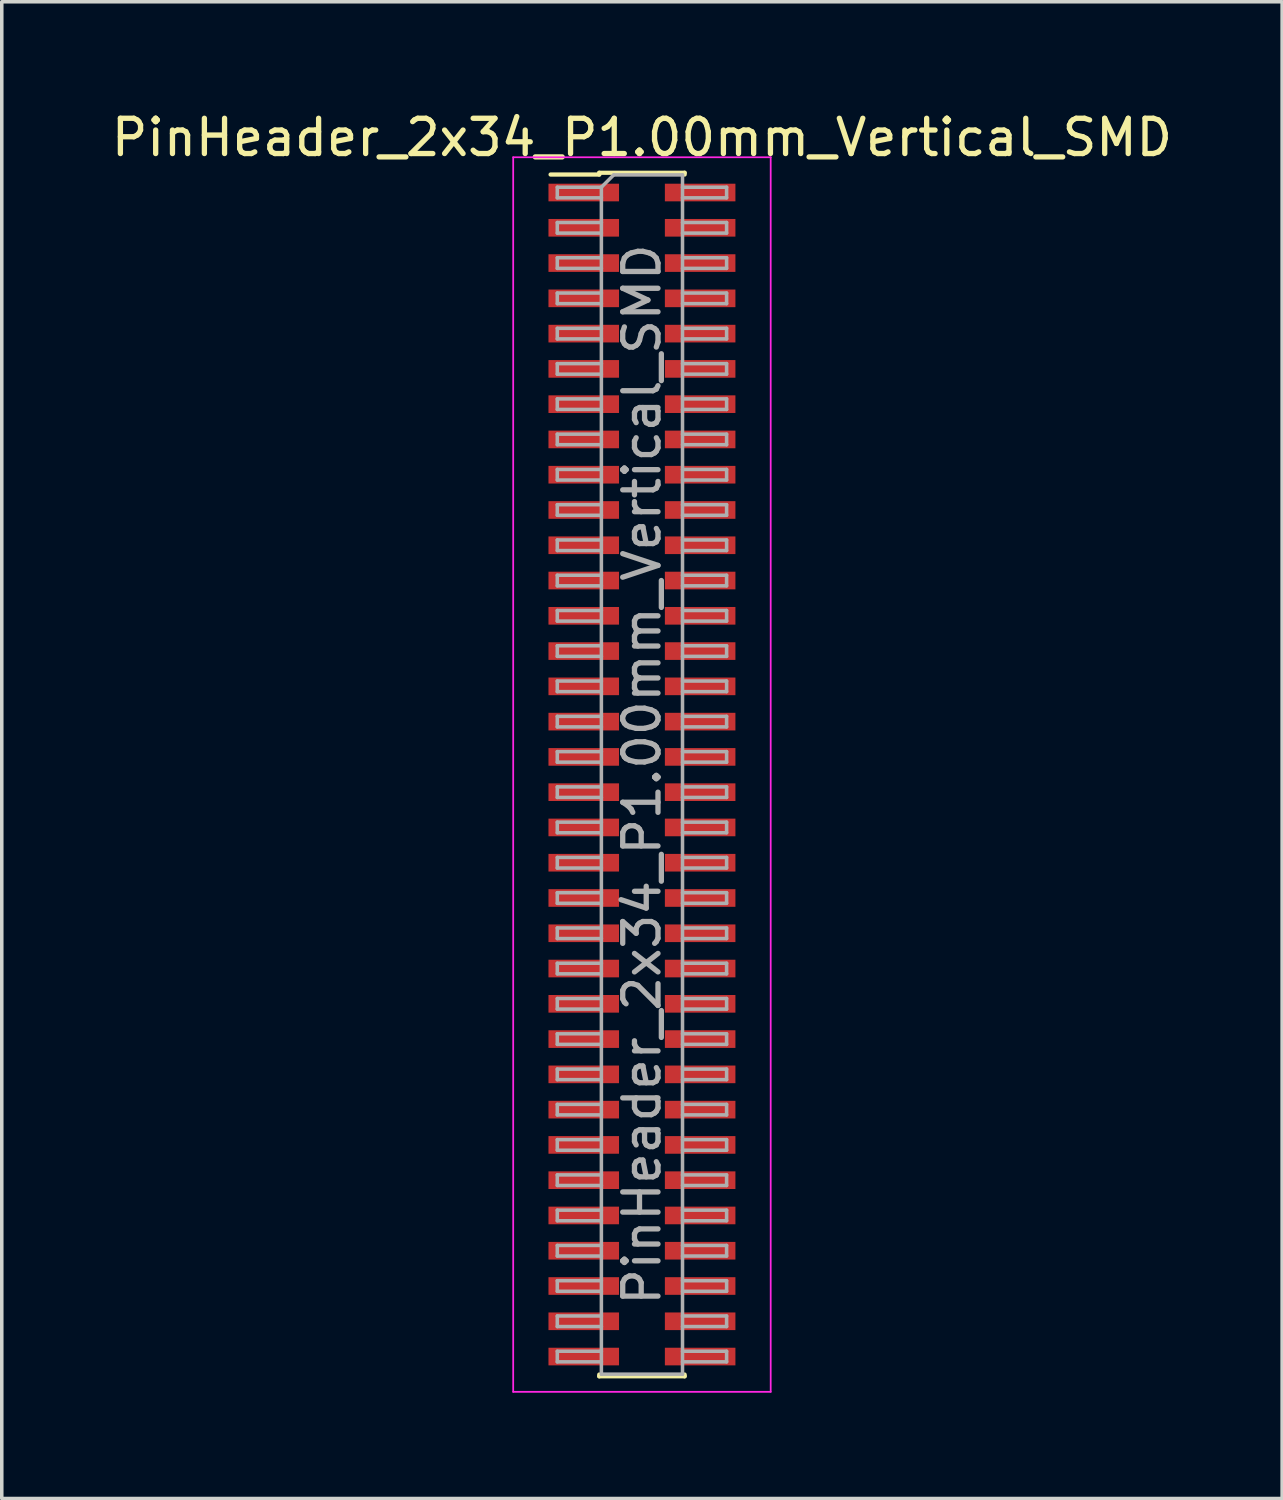
<source format=kicad_pcb>
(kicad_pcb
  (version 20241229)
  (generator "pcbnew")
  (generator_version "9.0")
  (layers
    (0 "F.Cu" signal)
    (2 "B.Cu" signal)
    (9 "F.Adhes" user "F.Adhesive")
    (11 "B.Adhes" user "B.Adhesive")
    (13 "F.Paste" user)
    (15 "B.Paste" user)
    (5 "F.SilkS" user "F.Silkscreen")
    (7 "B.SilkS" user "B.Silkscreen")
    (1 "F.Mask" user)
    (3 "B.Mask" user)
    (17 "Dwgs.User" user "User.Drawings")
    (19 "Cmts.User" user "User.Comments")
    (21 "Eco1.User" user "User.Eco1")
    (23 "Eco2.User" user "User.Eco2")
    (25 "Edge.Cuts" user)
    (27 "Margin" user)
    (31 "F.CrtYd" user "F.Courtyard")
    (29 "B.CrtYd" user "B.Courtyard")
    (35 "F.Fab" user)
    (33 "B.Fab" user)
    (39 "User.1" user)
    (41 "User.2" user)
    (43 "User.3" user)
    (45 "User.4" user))
  (footprint "PinHeader_2x34_P1.00mm_Vertical_SMD"
    (layer "F.Cu")
    (at 15.149 18.908)
    (property "Reference" "PinHeader_2x34_P1.00mm_Vertical_SMD" (at 0 -18.06 0) (layer "F.SilkS") (effects (font (size 1 1) (thickness 0.15))))
    (attr smd)
    (fp_line (start -2.59 -17.01) (end -1.21 -17.01) (stroke (width 0.12) (type solid)) (layer "F.SilkS"))
    (fp_line (start -1.21 -17.06) (end -1.21 -17.01) (stroke (width 0.12) (type solid)) (layer "F.SilkS"))
    (fp_line (start -1.21 -17.06) (end 1.21 -17.06) (stroke (width 0.12) (type solid)) (layer "F.SilkS"))
    (fp_line (start -1.21 17.01) (end -1.21 17.06) (stroke (width 0.12) (type solid)) (layer "F.SilkS"))
    (fp_line (start -1.21 17.06) (end 1.21 17.06) (stroke (width 0.12) (type solid)) (layer "F.SilkS"))
    (fp_line (start 1.21 -17.06) (end 1.21 -17.01) (stroke (width 0.12) (type solid)) (layer "F.SilkS"))
    (fp_line (start 1.21 17.01) (end 1.21 17.06) (stroke (width 0.12) (type solid)) (layer "F.SilkS"))
    (fp_line (start -3.65 -17.5) (end -3.65 17.5) (stroke (width 0.05) (type solid)) (layer "F.CrtYd"))
    (fp_line (start -3.65 17.5) (end 3.65 17.5) (stroke (width 0.05) (type solid)) (layer "F.CrtYd"))
    (fp_line (start 3.65 -17.5) (end -3.65 -17.5) (stroke (width 0.05) (type solid)) (layer "F.CrtYd"))
    (fp_line (start 3.65 17.5) (end 3.65 -17.5) (stroke (width 0.05) (type solid)) (layer "F.CrtYd"))
    (fp_line (start -2.4 -16.65) (end -2.4 -16.35) (stroke (width 0.1) (type solid)) (layer "F.Fab"))
    (fp_line (start -2.4 -16.35) (end -1.15 -16.35) (stroke (width 0.1) (type solid)) (layer "F.Fab"))
    (fp_line (start -2.4 -15.65) (end -2.4 -15.35) (stroke (width 0.1) (type solid)) (layer "F.Fab"))
    (fp_line (start -2.4 -15.35) (end -1.15 -15.35) (stroke (width 0.1) (type solid)) (layer "F.Fab"))
    (fp_line (start -2.4 -14.65) (end -2.4 -14.35) (stroke (width 0.1) (type solid)) (layer "F.Fab"))
    (fp_line (start -2.4 -14.35) (end -1.15 -14.35) (stroke (width 0.1) (type solid)) (layer "F.Fab"))
    (fp_line (start -2.4 -13.65) (end -2.4 -13.35) (stroke (width 0.1) (type solid)) (layer "F.Fab"))
    (fp_line (start -2.4 -13.35) (end -1.15 -13.35) (stroke (width 0.1) (type solid)) (layer "F.Fab"))
    (fp_line (start -2.4 -12.65) (end -2.4 -12.35) (stroke (width 0.1) (type solid)) (layer "F.Fab"))
    (fp_line (start -2.4 -12.35) (end -1.15 -12.35) (stroke (width 0.1) (type solid)) (layer "F.Fab"))
    (fp_line (start -2.4 -11.65) (end -2.4 -11.35) (stroke (width 0.1) (type solid)) (layer "F.Fab"))
    (fp_line (start -2.4 -11.35) (end -1.15 -11.35) (stroke (width 0.1) (type solid)) (layer "F.Fab"))
    (fp_line (start -2.4 -10.65) (end -2.4 -10.35) (stroke (width 0.1) (type solid)) (layer "F.Fab"))
    (fp_line (start -2.4 -10.35) (end -1.15 -10.35) (stroke (width 0.1) (type solid)) (layer "F.Fab"))
    (fp_line (start -2.4 -9.65) (end -2.4 -9.35) (stroke (width 0.1) (type solid)) (layer "F.Fab"))
    (fp_line (start -2.4 -9.35) (end -1.15 -9.35) (stroke (width 0.1) (type solid)) (layer "F.Fab"))
    (fp_line (start -2.4 -8.65) (end -2.4 -8.35) (stroke (width 0.1) (type solid)) (layer "F.Fab"))
    (fp_line (start -2.4 -8.35) (end -1.15 -8.35) (stroke (width 0.1) (type solid)) (layer "F.Fab"))
    (fp_line (start -2.4 -7.65) (end -2.4 -7.35) (stroke (width 0.1) (type solid)) (layer "F.Fab"))
    (fp_line (start -2.4 -7.35) (end -1.15 -7.35) (stroke (width 0.1) (type solid)) (layer "F.Fab"))
    (fp_line (start -2.4 -6.65) (end -2.4 -6.35) (stroke (width 0.1) (type solid)) (layer "F.Fab"))
    (fp_line (start -2.4 -6.35) (end -1.15 -6.35) (stroke (width 0.1) (type solid)) (layer "F.Fab"))
    (fp_line (start -2.4 -5.65) (end -2.4 -5.35) (stroke (width 0.1) (type solid)) (layer "F.Fab"))
    (fp_line (start -2.4 -5.35) (end -1.15 -5.35) (stroke (width 0.1) (type solid)) (layer "F.Fab"))
    (fp_line (start -2.4 -4.65) (end -2.4 -4.35) (stroke (width 0.1) (type solid)) (layer "F.Fab"))
    (fp_line (start -2.4 -4.35) (end -1.15 -4.35) (stroke (width 0.1) (type solid)) (layer "F.Fab"))
    (fp_line (start -2.4 -3.65) (end -2.4 -3.35) (stroke (width 0.1) (type solid)) (layer "F.Fab"))
    (fp_line (start -2.4 -3.35) (end -1.15 -3.35) (stroke (width 0.1) (type solid)) (layer "F.Fab"))
    (fp_line (start -2.4 -2.65) (end -2.4 -2.35) (stroke (width 0.1) (type solid)) (layer "F.Fab"))
    (fp_line (start -2.4 -2.35) (end -1.15 -2.35) (stroke (width 0.1) (type solid)) (layer "F.Fab"))
    (fp_line (start -2.4 -1.65) (end -2.4 -1.35) (stroke (width 0.1) (type solid)) (layer "F.Fab"))
    (fp_line (start -2.4 -1.35) (end -1.15 -1.35) (stroke (width 0.1) (type solid)) (layer "F.Fab"))
    (fp_line (start -2.4 -0.65) (end -2.4 -0.35) (stroke (width 0.1) (type solid)) (layer "F.Fab"))
    (fp_line (start -2.4 -0.35) (end -1.15 -0.35) (stroke (width 0.1) (type solid)) (layer "F.Fab"))
    (fp_line (start -2.4 0.35) (end -2.4 0.65) (stroke (width 0.1) (type solid)) (layer "F.Fab"))
    (fp_line (start -2.4 0.65) (end -1.15 0.65) (stroke (width 0.1) (type solid)) (layer "F.Fab"))
    (fp_line (start -2.4 1.35) (end -2.4 1.65) (stroke (width 0.1) (type solid)) (layer "F.Fab"))
    (fp_line (start -2.4 1.65) (end -1.15 1.65) (stroke (width 0.1) (type solid)) (layer "F.Fab"))
    (fp_line (start -2.4 2.35) (end -2.4 2.65) (stroke (width 0.1) (type solid)) (layer "F.Fab"))
    (fp_line (start -2.4 2.65) (end -1.15 2.65) (stroke (width 0.1) (type solid)) (layer "F.Fab"))
    (fp_line (start -2.4 3.35) (end -2.4 3.65) (stroke (width 0.1) (type solid)) (layer "F.Fab"))
    (fp_line (start -2.4 3.65) (end -1.15 3.65) (stroke (width 0.1) (type solid)) (layer "F.Fab"))
    (fp_line (start -2.4 4.35) (end -2.4 4.65) (stroke (width 0.1) (type solid)) (layer "F.Fab"))
    (fp_line (start -2.4 4.65) (end -1.15 4.65) (stroke (width 0.1) (type solid)) (layer "F.Fab"))
    (fp_line (start -2.4 5.35) (end -2.4 5.65) (stroke (width 0.1) (type solid)) (layer "F.Fab"))
    (fp_line (start -2.4 5.65) (end -1.15 5.65) (stroke (width 0.1) (type solid)) (layer "F.Fab"))
    (fp_line (start -2.4 6.35) (end -2.4 6.65) (stroke (width 0.1) (type solid)) (layer "F.Fab"))
    (fp_line (start -2.4 6.65) (end -1.15 6.65) (stroke (width 0.1) (type solid)) (layer "F.Fab"))
    (fp_line (start -2.4 7.35) (end -2.4 7.65) (stroke (width 0.1) (type solid)) (layer "F.Fab"))
    (fp_line (start -2.4 7.65) (end -1.15 7.65) (stroke (width 0.1) (type solid)) (layer "F.Fab"))
    (fp_line (start -2.4 8.35) (end -2.4 8.65) (stroke (width 0.1) (type solid)) (layer "F.Fab"))
    (fp_line (start -2.4 8.65) (end -1.15 8.65) (stroke (width 0.1) (type solid)) (layer "F.Fab"))
    (fp_line (start -2.4 9.35) (end -2.4 9.65) (stroke (width 0.1) (type solid)) (layer "F.Fab"))
    (fp_line (start -2.4 9.65) (end -1.15 9.65) (stroke (width 0.1) (type solid)) (layer "F.Fab"))
    (fp_line (start -2.4 10.35) (end -2.4 10.65) (stroke (width 0.1) (type solid)) (layer "F.Fab"))
    (fp_line (start -2.4 10.65) (end -1.15 10.65) (stroke (width 0.1) (type solid)) (layer "F.Fab"))
    (fp_line (start -2.4 11.35) (end -2.4 11.65) (stroke (width 0.1) (type solid)) (layer "F.Fab"))
    (fp_line (start -2.4 11.65) (end -1.15 11.65) (stroke (width 0.1) (type solid)) (layer "F.Fab"))
    (fp_line (start -2.4 12.35) (end -2.4 12.65) (stroke (width 0.1) (type solid)) (layer "F.Fab"))
    (fp_line (start -2.4 12.65) (end -1.15 12.65) (stroke (width 0.1) (type solid)) (layer "F.Fab"))
    (fp_line (start -2.4 13.35) (end -2.4 13.65) (stroke (width 0.1) (type solid)) (layer "F.Fab"))
    (fp_line (start -2.4 13.65) (end -1.15 13.65) (stroke (width 0.1) (type solid)) (layer "F.Fab"))
    (fp_line (start -2.4 14.35) (end -2.4 14.65) (stroke (width 0.1) (type solid)) (layer "F.Fab"))
    (fp_line (start -2.4 14.65) (end -1.15 14.65) (stroke (width 0.1) (type solid)) (layer "F.Fab"))
    (fp_line (start -2.4 15.35) (end -2.4 15.65) (stroke (width 0.1) (type solid)) (layer "F.Fab"))
    (fp_line (start -2.4 15.65) (end -1.15 15.65) (stroke (width 0.1) (type solid)) (layer "F.Fab"))
    (fp_line (start -2.4 16.35) (end -2.4 16.65) (stroke (width 0.1) (type solid)) (layer "F.Fab"))
    (fp_line (start -2.4 16.65) (end -1.15 16.65) (stroke (width 0.1) (type solid)) (layer "F.Fab"))
    (fp_line (start -1.15 -16.65) (end -2.4 -16.65) (stroke (width 0.1) (type solid)) (layer "F.Fab"))
    (fp_line (start -1.15 -16.65) (end -0.8 -17) (stroke (width 0.1) (type solid)) (layer "F.Fab"))
    (fp_line (start -1.15 -15.65) (end -2.4 -15.65) (stroke (width 0.1) (type solid)) (layer "F.Fab"))
    (fp_line (start -1.15 -14.65) (end -2.4 -14.65) (stroke (width 0.1) (type solid)) (layer "F.Fab"))
    (fp_line (start -1.15 -13.65) (end -2.4 -13.65) (stroke (width 0.1) (type solid)) (layer "F.Fab"))
    (fp_line (start -1.15 -12.65) (end -2.4 -12.65) (stroke (width 0.1) (type solid)) (layer "F.Fab"))
    (fp_line (start -1.15 -11.65) (end -2.4 -11.65) (stroke (width 0.1) (type solid)) (layer "F.Fab"))
    (fp_line (start -1.15 -10.65) (end -2.4 -10.65) (stroke (width 0.1) (type solid)) (layer "F.Fab"))
    (fp_line (start -1.15 -9.65) (end -2.4 -9.65) (stroke (width 0.1) (type solid)) (layer "F.Fab"))
    (fp_line (start -1.15 -8.65) (end -2.4 -8.65) (stroke (width 0.1) (type solid)) (layer "F.Fab"))
    (fp_line (start -1.15 -7.65) (end -2.4 -7.65) (stroke (width 0.1) (type solid)) (layer "F.Fab"))
    (fp_line (start -1.15 -6.65) (end -2.4 -6.65) (stroke (width 0.1) (type solid)) (layer "F.Fab"))
    (fp_line (start -1.15 -5.65) (end -2.4 -5.65) (stroke (width 0.1) (type solid)) (layer "F.Fab"))
    (fp_line (start -1.15 -4.65) (end -2.4 -4.65) (stroke (width 0.1) (type solid)) (layer "F.Fab"))
    (fp_line (start -1.15 -3.65) (end -2.4 -3.65) (stroke (width 0.1) (type solid)) (layer "F.Fab"))
    (fp_line (start -1.15 -2.65) (end -2.4 -2.65) (stroke (width 0.1) (type solid)) (layer "F.Fab"))
    (fp_line (start -1.15 -1.65) (end -2.4 -1.65) (stroke (width 0.1) (type solid)) (layer "F.Fab"))
    (fp_line (start -1.15 -0.65) (end -2.4 -0.65) (stroke (width 0.1) (type solid)) (layer "F.Fab"))
    (fp_line (start -1.15 0.35) (end -2.4 0.35) (stroke (width 0.1) (type solid)) (layer "F.Fab"))
    (fp_line (start -1.15 1.35) (end -2.4 1.35) (stroke (width 0.1) (type solid)) (layer "F.Fab"))
    (fp_line (start -1.15 2.35) (end -2.4 2.35) (stroke (width 0.1) (type solid)) (layer "F.Fab"))
    (fp_line (start -1.15 3.35) (end -2.4 3.35) (stroke (width 0.1) (type solid)) (layer "F.Fab"))
    (fp_line (start -1.15 4.35) (end -2.4 4.35) (stroke (width 0.1) (type solid)) (layer "F.Fab"))
    (fp_line (start -1.15 5.35) (end -2.4 5.35) (stroke (width 0.1) (type solid)) (layer "F.Fab"))
    (fp_line (start -1.15 6.35) (end -2.4 6.35) (stroke (width 0.1) (type solid)) (layer "F.Fab"))
    (fp_line (start -1.15 7.35) (end -2.4 7.35) (stroke (width 0.1) (type solid)) (layer "F.Fab"))
    (fp_line (start -1.15 8.35) (end -2.4 8.35) (stroke (width 0.1) (type solid)) (layer "F.Fab"))
    (fp_line (start -1.15 9.35) (end -2.4 9.35) (stroke (width 0.1) (type solid)) (layer "F.Fab"))
    (fp_line (start -1.15 10.35) (end -2.4 10.35) (stroke (width 0.1) (type solid)) (layer "F.Fab"))
    (fp_line (start -1.15 11.35) (end -2.4 11.35) (stroke (width 0.1) (type solid)) (layer "F.Fab"))
    (fp_line (start -1.15 12.35) (end -2.4 12.35) (stroke (width 0.1) (type solid)) (layer "F.Fab"))
    (fp_line (start -1.15 13.35) (end -2.4 13.35) (stroke (width 0.1) (type solid)) (layer "F.Fab"))
    (fp_line (start -1.15 14.35) (end -2.4 14.35) (stroke (width 0.1) (type solid)) (layer "F.Fab"))
    (fp_line (start -1.15 15.35) (end -2.4 15.35) (stroke (width 0.1) (type solid)) (layer "F.Fab"))
    (fp_line (start -1.15 16.35) (end -2.4 16.35) (stroke (width 0.1) (type solid)) (layer "F.Fab"))
    (fp_line (start -1.15 17) (end -1.15 -16.65) (stroke (width 0.1) (type solid)) (layer "F.Fab"))
    (fp_line (start -0.8 -17) (end 1.15 -17) (stroke (width 0.1) (type solid)) (layer "F.Fab"))
    (fp_line (start 1.15 -17) (end 1.15 17) (stroke (width 0.1) (type solid)) (layer "F.Fab"))
    (fp_line (start 1.15 -16.65) (end 2.4 -16.65) (stroke (width 0.1) (type solid)) (layer "F.Fab"))
    (fp_line (start 1.15 -15.65) (end 2.4 -15.65) (stroke (width 0.1) (type solid)) (layer "F.Fab"))
    (fp_line (start 1.15 -14.65) (end 2.4 -14.65) (stroke (width 0.1) (type solid)) (layer "F.Fab"))
    (fp_line (start 1.15 -13.65) (end 2.4 -13.65) (stroke (width 0.1) (type solid)) (layer "F.Fab"))
    (fp_line (start 1.15 -12.65) (end 2.4 -12.65) (stroke (width 0.1) (type solid)) (layer "F.Fab"))
    (fp_line (start 1.15 -11.65) (end 2.4 -11.65) (stroke (width 0.1) (type solid)) (layer "F.Fab"))
    (fp_line (start 1.15 -10.65) (end 2.4 -10.65) (stroke (width 0.1) (type solid)) (layer "F.Fab"))
    (fp_line (start 1.15 -9.65) (end 2.4 -9.65) (stroke (width 0.1) (type solid)) (layer "F.Fab"))
    (fp_line (start 1.15 -8.65) (end 2.4 -8.65) (stroke (width 0.1) (type solid)) (layer "F.Fab"))
    (fp_line (start 1.15 -7.65) (end 2.4 -7.65) (stroke (width 0.1) (type solid)) (layer "F.Fab"))
    (fp_line (start 1.15 -6.65) (end 2.4 -6.65) (stroke (width 0.1) (type solid)) (layer "F.Fab"))
    (fp_line (start 1.15 -5.65) (end 2.4 -5.65) (stroke (width 0.1) (type solid)) (layer "F.Fab"))
    (fp_line (start 1.15 -4.65) (end 2.4 -4.65) (stroke (width 0.1) (type solid)) (layer "F.Fab"))
    (fp_line (start 1.15 -3.65) (end 2.4 -3.65) (stroke (width 0.1) (type solid)) (layer "F.Fab"))
    (fp_line (start 1.15 -2.65) (end 2.4 -2.65) (stroke (width 0.1) (type solid)) (layer "F.Fab"))
    (fp_line (start 1.15 -1.65) (end 2.4 -1.65) (stroke (width 0.1) (type solid)) (layer "F.Fab"))
    (fp_line (start 1.15 -0.65) (end 2.4 -0.65) (stroke (width 0.1) (type solid)) (layer "F.Fab"))
    (fp_line (start 1.15 0.35) (end 2.4 0.35) (stroke (width 0.1) (type solid)) (layer "F.Fab"))
    (fp_line (start 1.15 1.35) (end 2.4 1.35) (stroke (width 0.1) (type solid)) (layer "F.Fab"))
    (fp_line (start 1.15 2.35) (end 2.4 2.35) (stroke (width 0.1) (type solid)) (layer "F.Fab"))
    (fp_line (start 1.15 3.35) (end 2.4 3.35) (stroke (width 0.1) (type solid)) (layer "F.Fab"))
    (fp_line (start 1.15 4.35) (end 2.4 4.35) (stroke (width 0.1) (type solid)) (layer "F.Fab"))
    (fp_line (start 1.15 5.35) (end 2.4 5.35) (stroke (width 0.1) (type solid)) (layer "F.Fab"))
    (fp_line (start 1.15 6.35) (end 2.4 6.35) (stroke (width 0.1) (type solid)) (layer "F.Fab"))
    (fp_line (start 1.15 7.35) (end 2.4 7.35) (stroke (width 0.1) (type solid)) (layer "F.Fab"))
    (fp_line (start 1.15 8.35) (end 2.4 8.35) (stroke (width 0.1) (type solid)) (layer "F.Fab"))
    (fp_line (start 1.15 9.35) (end 2.4 9.35) (stroke (width 0.1) (type solid)) (layer "F.Fab"))
    (fp_line (start 1.15 10.35) (end 2.4 10.35) (stroke (width 0.1) (type solid)) (layer "F.Fab"))
    (fp_line (start 1.15 11.35) (end 2.4 11.35) (stroke (width 0.1) (type solid)) (layer "F.Fab"))
    (fp_line (start 1.15 12.35) (end 2.4 12.35) (stroke (width 0.1) (type solid)) (layer "F.Fab"))
    (fp_line (start 1.15 13.35) (end 2.4 13.35) (stroke (width 0.1) (type solid)) (layer "F.Fab"))
    (fp_line (start 1.15 14.35) (end 2.4 14.35) (stroke (width 0.1) (type solid)) (layer "F.Fab"))
    (fp_line (start 1.15 15.35) (end 2.4 15.35) (stroke (width 0.1) (type solid)) (layer "F.Fab"))
    (fp_line (start 1.15 16.35) (end 2.4 16.35) (stroke (width 0.1) (type solid)) (layer "F.Fab"))
    (fp_line (start 1.15 17) (end -1.15 17) (stroke (width 0.1) (type solid)) (layer "F.Fab"))
    (fp_line (start 2.4 -16.65) (end 2.4 -16.35) (stroke (width 0.1) (type solid)) (layer "F.Fab"))
    (fp_line (start 2.4 -16.35) (end 1.15 -16.35) (stroke (width 0.1) (type solid)) (layer "F.Fab"))
    (fp_line (start 2.4 -15.65) (end 2.4 -15.35) (stroke (width 0.1) (type solid)) (layer "F.Fab"))
    (fp_line (start 2.4 -15.35) (end 1.15 -15.35) (stroke (width 0.1) (type solid)) (layer "F.Fab"))
    (fp_line (start 2.4 -14.65) (end 2.4 -14.35) (stroke (width 0.1) (type solid)) (layer "F.Fab"))
    (fp_line (start 2.4 -14.35) (end 1.15 -14.35) (stroke (width 0.1) (type solid)) (layer "F.Fab"))
    (fp_line (start 2.4 -13.65) (end 2.4 -13.35) (stroke (width 0.1) (type solid)) (layer "F.Fab"))
    (fp_line (start 2.4 -13.35) (end 1.15 -13.35) (stroke (width 0.1) (type solid)) (layer "F.Fab"))
    (fp_line (start 2.4 -12.65) (end 2.4 -12.35) (stroke (width 0.1) (type solid)) (layer "F.Fab"))
    (fp_line (start 2.4 -12.35) (end 1.15 -12.35) (stroke (width 0.1) (type solid)) (layer "F.Fab"))
    (fp_line (start 2.4 -11.65) (end 2.4 -11.35) (stroke (width 0.1) (type solid)) (layer "F.Fab"))
    (fp_line (start 2.4 -11.35) (end 1.15 -11.35) (stroke (width 0.1) (type solid)) (layer "F.Fab"))
    (fp_line (start 2.4 -10.65) (end 2.4 -10.35) (stroke (width 0.1) (type solid)) (layer "F.Fab"))
    (fp_line (start 2.4 -10.35) (end 1.15 -10.35) (stroke (width 0.1) (type solid)) (layer "F.Fab"))
    (fp_line (start 2.4 -9.65) (end 2.4 -9.35) (stroke (width 0.1) (type solid)) (layer "F.Fab"))
    (fp_line (start 2.4 -9.35) (end 1.15 -9.35) (stroke (width 0.1) (type solid)) (layer "F.Fab"))
    (fp_line (start 2.4 -8.65) (end 2.4 -8.35) (stroke (width 0.1) (type solid)) (layer "F.Fab"))
    (fp_line (start 2.4 -8.35) (end 1.15 -8.35) (stroke (width 0.1) (type solid)) (layer "F.Fab"))
    (fp_line (start 2.4 -7.65) (end 2.4 -7.35) (stroke (width 0.1) (type solid)) (layer "F.Fab"))
    (fp_line (start 2.4 -7.35) (end 1.15 -7.35) (stroke (width 0.1) (type solid)) (layer "F.Fab"))
    (fp_line (start 2.4 -6.65) (end 2.4 -6.35) (stroke (width 0.1) (type solid)) (layer "F.Fab"))
    (fp_line (start 2.4 -6.35) (end 1.15 -6.35) (stroke (width 0.1) (type solid)) (layer "F.Fab"))
    (fp_line (start 2.4 -5.65) (end 2.4 -5.35) (stroke (width 0.1) (type solid)) (layer "F.Fab"))
    (fp_line (start 2.4 -5.35) (end 1.15 -5.35) (stroke (width 0.1) (type solid)) (layer "F.Fab"))
    (fp_line (start 2.4 -4.65) (end 2.4 -4.35) (stroke (width 0.1) (type solid)) (layer "F.Fab"))
    (fp_line (start 2.4 -4.35) (end 1.15 -4.35) (stroke (width 0.1) (type solid)) (layer "F.Fab"))
    (fp_line (start 2.4 -3.65) (end 2.4 -3.35) (stroke (width 0.1) (type solid)) (layer "F.Fab"))
    (fp_line (start 2.4 -3.35) (end 1.15 -3.35) (stroke (width 0.1) (type solid)) (layer "F.Fab"))
    (fp_line (start 2.4 -2.65) (end 2.4 -2.35) (stroke (width 0.1) (type solid)) (layer "F.Fab"))
    (fp_line (start 2.4 -2.35) (end 1.15 -2.35) (stroke (width 0.1) (type solid)) (layer "F.Fab"))
    (fp_line (start 2.4 -1.65) (end 2.4 -1.35) (stroke (width 0.1) (type solid)) (layer "F.Fab"))
    (fp_line (start 2.4 -1.35) (end 1.15 -1.35) (stroke (width 0.1) (type solid)) (layer "F.Fab"))
    (fp_line (start 2.4 -0.65) (end 2.4 -0.35) (stroke (width 0.1) (type solid)) (layer "F.Fab"))
    (fp_line (start 2.4 -0.35) (end 1.15 -0.35) (stroke (width 0.1) (type solid)) (layer "F.Fab"))
    (fp_line (start 2.4 0.35) (end 2.4 0.65) (stroke (width 0.1) (type solid)) (layer "F.Fab"))
    (fp_line (start 2.4 0.65) (end 1.15 0.65) (stroke (width 0.1) (type solid)) (layer "F.Fab"))
    (fp_line (start 2.4 1.35) (end 2.4 1.65) (stroke (width 0.1) (type solid)) (layer "F.Fab"))
    (fp_line (start 2.4 1.65) (end 1.15 1.65) (stroke (width 0.1) (type solid)) (layer "F.Fab"))
    (fp_line (start 2.4 2.35) (end 2.4 2.65) (stroke (width 0.1) (type solid)) (layer "F.Fab"))
    (fp_line (start 2.4 2.65) (end 1.15 2.65) (stroke (width 0.1) (type solid)) (layer "F.Fab"))
    (fp_line (start 2.4 3.35) (end 2.4 3.65) (stroke (width 0.1) (type solid)) (layer "F.Fab"))
    (fp_line (start 2.4 3.65) (end 1.15 3.65) (stroke (width 0.1) (type solid)) (layer "F.Fab"))
    (fp_line (start 2.4 4.35) (end 2.4 4.65) (stroke (width 0.1) (type solid)) (layer "F.Fab"))
    (fp_line (start 2.4 4.65) (end 1.15 4.65) (stroke (width 0.1) (type solid)) (layer "F.Fab"))
    (fp_line (start 2.4 5.35) (end 2.4 5.65) (stroke (width 0.1) (type solid)) (layer "F.Fab"))
    (fp_line (start 2.4 5.65) (end 1.15 5.65) (stroke (width 0.1) (type solid)) (layer "F.Fab"))
    (fp_line (start 2.4 6.35) (end 2.4 6.65) (stroke (width 0.1) (type solid)) (layer "F.Fab"))
    (fp_line (start 2.4 6.65) (end 1.15 6.65) (stroke (width 0.1) (type solid)) (layer "F.Fab"))
    (fp_line (start 2.4 7.35) (end 2.4 7.65) (stroke (width 0.1) (type solid)) (layer "F.Fab"))
    (fp_line (start 2.4 7.65) (end 1.15 7.65) (stroke (width 0.1) (type solid)) (layer "F.Fab"))
    (fp_line (start 2.4 8.35) (end 2.4 8.65) (stroke (width 0.1) (type solid)) (layer "F.Fab"))
    (fp_line (start 2.4 8.65) (end 1.15 8.65) (stroke (width 0.1) (type solid)) (layer "F.Fab"))
    (fp_line (start 2.4 9.35) (end 2.4 9.65) (stroke (width 0.1) (type solid)) (layer "F.Fab"))
    (fp_line (start 2.4 9.65) (end 1.15 9.65) (stroke (width 0.1) (type solid)) (layer "F.Fab"))
    (fp_line (start 2.4 10.35) (end 2.4 10.65) (stroke (width 0.1) (type solid)) (layer "F.Fab"))
    (fp_line (start 2.4 10.65) (end 1.15 10.65) (stroke (width 0.1) (type solid)) (layer "F.Fab"))
    (fp_line (start 2.4 11.35) (end 2.4 11.65) (stroke (width 0.1) (type solid)) (layer "F.Fab"))
    (fp_line (start 2.4 11.65) (end 1.15 11.65) (stroke (width 0.1) (type solid)) (layer "F.Fab"))
    (fp_line (start 2.4 12.35) (end 2.4 12.65) (stroke (width 0.1) (type solid)) (layer "F.Fab"))
    (fp_line (start 2.4 12.65) (end 1.15 12.65) (stroke (width 0.1) (type solid)) (layer "F.Fab"))
    (fp_line (start 2.4 13.35) (end 2.4 13.65) (stroke (width 0.1) (type solid)) (layer "F.Fab"))
    (fp_line (start 2.4 13.65) (end 1.15 13.65) (stroke (width 0.1) (type solid)) (layer "F.Fab"))
    (fp_line (start 2.4 14.35) (end 2.4 14.65) (stroke (width 0.1) (type solid)) (layer "F.Fab"))
    (fp_line (start 2.4 14.65) (end 1.15 14.65) (stroke (width 0.1) (type solid)) (layer "F.Fab"))
    (fp_line (start 2.4 15.35) (end 2.4 15.65) (stroke (width 0.1) (type solid)) (layer "F.Fab"))
    (fp_line (start 2.4 15.65) (end 1.15 15.65) (stroke (width 0.1) (type solid)) (layer "F.Fab"))
    (fp_line (start 2.4 16.35) (end 2.4 16.65) (stroke (width 0.1) (type solid)) (layer "F.Fab"))
    (fp_line (start 2.4 16.65) (end 1.15 16.65) (stroke (width 0.1) (type solid)) (layer "F.Fab"))
    (fp_text user "${REFERENCE}" (at 0 0 90) (layer "F.Fab") (effects (font (size 1 1) (thickness 0.15))))
    (pad "1" smd rect (at -1.65 -16.5) (size 2 0.5) (layers "F.Cu" "F.Mask" "F.Paste"))
    (pad "2" smd rect (at 1.65 -16.5) (size 2 0.5) (layers "F.Cu" "F.Mask" "F.Paste"))
    (pad "3" smd rect (at -1.65 -15.5) (size 2 0.5) (layers "F.Cu" "F.Mask" "F.Paste"))
    (pad "4" smd rect (at 1.65 -15.5) (size 2 0.5) (layers "F.Cu" "F.Mask" "F.Paste"))
    (pad "5" smd rect (at -1.65 -14.5) (size 2 0.5) (layers "F.Cu" "F.Mask" "F.Paste"))
    (pad "6" smd rect (at 1.65 -14.5) (size 2 0.5) (layers "F.Cu" "F.Mask" "F.Paste"))
    (pad "7" smd rect (at -1.65 -13.5) (size 2 0.5) (layers "F.Cu" "F.Mask" "F.Paste"))
    (pad "8" smd rect (at 1.65 -13.5) (size 2 0.5) (layers "F.Cu" "F.Mask" "F.Paste"))
    (pad "9" smd rect (at -1.65 -12.5) (size 2 0.5) (layers "F.Cu" "F.Mask" "F.Paste"))
    (pad "10" smd rect (at 1.65 -12.5) (size 2 0.5) (layers "F.Cu" "F.Mask" "F.Paste"))
    (pad "11" smd rect (at -1.65 -11.5) (size 2 0.5) (layers "F.Cu" "F.Mask" "F.Paste"))
    (pad "12" smd rect (at 1.65 -11.5) (size 2 0.5) (layers "F.Cu" "F.Mask" "F.Paste"))
    (pad "13" smd rect (at -1.65 -10.5) (size 2 0.5) (layers "F.Cu" "F.Mask" "F.Paste"))
    (pad "14" smd rect (at 1.65 -10.5) (size 2 0.5) (layers "F.Cu" "F.Mask" "F.Paste"))
    (pad "15" smd rect (at -1.65 -9.5) (size 2 0.5) (layers "F.Cu" "F.Mask" "F.Paste"))
    (pad "16" smd rect (at 1.65 -9.5) (size 2 0.5) (layers "F.Cu" "F.Mask" "F.Paste"))
    (pad "17" smd rect (at -1.65 -8.5) (size 2 0.5) (layers "F.Cu" "F.Mask" "F.Paste"))
    (pad "18" smd rect (at 1.65 -8.5) (size 2 0.5) (layers "F.Cu" "F.Mask" "F.Paste"))
    (pad "19" smd rect (at -1.65 -7.5) (size 2 0.5) (layers "F.Cu" "F.Mask" "F.Paste"))
    (pad "20" smd rect (at 1.65 -7.5) (size 2 0.5) (layers "F.Cu" "F.Mask" "F.Paste"))
    (pad "21" smd rect (at -1.65 -6.5) (size 2 0.5) (layers "F.Cu" "F.Mask" "F.Paste"))
    (pad "22" smd rect (at 1.65 -6.5) (size 2 0.5) (layers "F.Cu" "F.Mask" "F.Paste"))
    (pad "23" smd rect (at -1.65 -5.5) (size 2 0.5) (layers "F.Cu" "F.Mask" "F.Paste"))
    (pad "24" smd rect (at 1.65 -5.5) (size 2 0.5) (layers "F.Cu" "F.Mask" "F.Paste"))
    (pad "25" smd rect (at -1.65 -4.5) (size 2 0.5) (layers "F.Cu" "F.Mask" "F.Paste"))
    (pad "26" smd rect (at 1.65 -4.5) (size 2 0.5) (layers "F.Cu" "F.Mask" "F.Paste"))
    (pad "27" smd rect (at -1.65 -3.5) (size 2 0.5) (layers "F.Cu" "F.Mask" "F.Paste"))
    (pad "28" smd rect (at 1.65 -3.5) (size 2 0.5) (layers "F.Cu" "F.Mask" "F.Paste"))
    (pad "29" smd rect (at -1.65 -2.5) (size 2 0.5) (layers "F.Cu" "F.Mask" "F.Paste"))
    (pad "30" smd rect (at 1.65 -2.5) (size 2 0.5) (layers "F.Cu" "F.Mask" "F.Paste"))
    (pad "31" smd rect (at -1.65 -1.5) (size 2 0.5) (layers "F.Cu" "F.Mask" "F.Paste"))
    (pad "32" smd rect (at 1.65 -1.5) (size 2 0.5) (layers "F.Cu" "F.Mask" "F.Paste"))
    (pad "33" smd rect (at -1.65 -0.5) (size 2 0.5) (layers "F.Cu" "F.Mask" "F.Paste"))
    (pad "34" smd rect (at 1.65 -0.5) (size 2 0.5) (layers "F.Cu" "F.Mask" "F.Paste"))
    (pad "35" smd rect (at -1.65 0.5) (size 2 0.5) (layers "F.Cu" "F.Mask" "F.Paste"))
    (pad "36" smd rect (at 1.65 0.5) (size 2 0.5) (layers "F.Cu" "F.Mask" "F.Paste"))
    (pad "37" smd rect (at -1.65 1.5) (size 2 0.5) (layers "F.Cu" "F.Mask" "F.Paste"))
    (pad "38" smd rect (at 1.65 1.5) (size 2 0.5) (layers "F.Cu" "F.Mask" "F.Paste"))
    (pad "39" smd rect (at -1.65 2.5) (size 2 0.5) (layers "F.Cu" "F.Mask" "F.Paste"))
    (pad "40" smd rect (at 1.65 2.5) (size 2 0.5) (layers "F.Cu" "F.Mask" "F.Paste"))
    (pad "41" smd rect (at -1.65 3.5) (size 2 0.5) (layers "F.Cu" "F.Mask" "F.Paste"))
    (pad "42" smd rect (at 1.65 3.5) (size 2 0.5) (layers "F.Cu" "F.Mask" "F.Paste"))
    (pad "43" smd rect (at -1.65 4.5) (size 2 0.5) (layers "F.Cu" "F.Mask" "F.Paste"))
    (pad "44" smd rect (at 1.65 4.5) (size 2 0.5) (layers "F.Cu" "F.Mask" "F.Paste"))
    (pad "45" smd rect (at -1.65 5.5) (size 2 0.5) (layers "F.Cu" "F.Mask" "F.Paste"))
    (pad "46" smd rect (at 1.65 5.5) (size 2 0.5) (layers "F.Cu" "F.Mask" "F.Paste"))
    (pad "47" smd rect (at -1.65 6.5) (size 2 0.5) (layers "F.Cu" "F.Mask" "F.Paste"))
    (pad "48" smd rect (at 1.65 6.5) (size 2 0.5) (layers "F.Cu" "F.Mask" "F.Paste"))
    (pad "49" smd rect (at -1.65 7.5) (size 2 0.5) (layers "F.Cu" "F.Mask" "F.Paste"))
    (pad "50" smd rect (at 1.65 7.5) (size 2 0.5) (layers "F.Cu" "F.Mask" "F.Paste"))
    (pad "51" smd rect (at -1.65 8.5) (size 2 0.5) (layers "F.Cu" "F.Mask" "F.Paste"))
    (pad "52" smd rect (at 1.65 8.5) (size 2 0.5) (layers "F.Cu" "F.Mask" "F.Paste"))
    (pad "53" smd rect (at -1.65 9.5) (size 2 0.5) (layers "F.Cu" "F.Mask" "F.Paste"))
    (pad "54" smd rect (at 1.65 9.5) (size 2 0.5) (layers "F.Cu" "F.Mask" "F.Paste"))
    (pad "55" smd rect (at -1.65 10.5) (size 2 0.5) (layers "F.Cu" "F.Mask" "F.Paste"))
    (pad "56" smd rect (at 1.65 10.5) (size 2 0.5) (layers "F.Cu" "F.Mask" "F.Paste"))
    (pad "57" smd rect (at -1.65 11.5) (size 2 0.5) (layers "F.Cu" "F.Mask" "F.Paste"))
    (pad "58" smd rect (at 1.65 11.5) (size 2 0.5) (layers "F.Cu" "F.Mask" "F.Paste"))
    (pad "59" smd rect (at -1.65 12.5) (size 2 0.5) (layers "F.Cu" "F.Mask" "F.Paste"))
    (pad "60" smd rect (at 1.65 12.5) (size 2 0.5) (layers "F.Cu" "F.Mask" "F.Paste"))
    (pad "61" smd rect (at -1.65 13.5) (size 2 0.5) (layers "F.Cu" "F.Mask" "F.Paste"))
    (pad "62" smd rect (at 1.65 13.5) (size 2 0.5) (layers "F.Cu" "F.Mask" "F.Paste"))
    (pad "63" smd rect (at -1.65 14.5) (size 2 0.5) (layers "F.Cu" "F.Mask" "F.Paste"))
    (pad "64" smd rect (at 1.65 14.5) (size 2 0.5) (layers "F.Cu" "F.Mask" "F.Paste"))
    (pad "65" smd rect (at -1.65 15.5) (size 2 0.5) (layers "F.Cu" "F.Mask" "F.Paste"))
    (pad "66" smd rect (at 1.65 15.5) (size 2 0.5) (layers "F.Cu" "F.Mask" "F.Paste"))
    (pad "67" smd rect (at -1.65 16.5) (size 2 0.5) (layers "F.Cu" "F.Mask" "F.Paste"))
    (pad "68" smd rect (at 1.65 16.5) (size 2 0.5) (layers "F.Cu" "F.Mask" "F.Paste")))
  (gr_rect
    (start -3 -3)
    (end 33.298 39.433)
    (stroke (width 0.1) (type default))
    (fill no)
    (layer "Edge.Cuts")))
</source>
